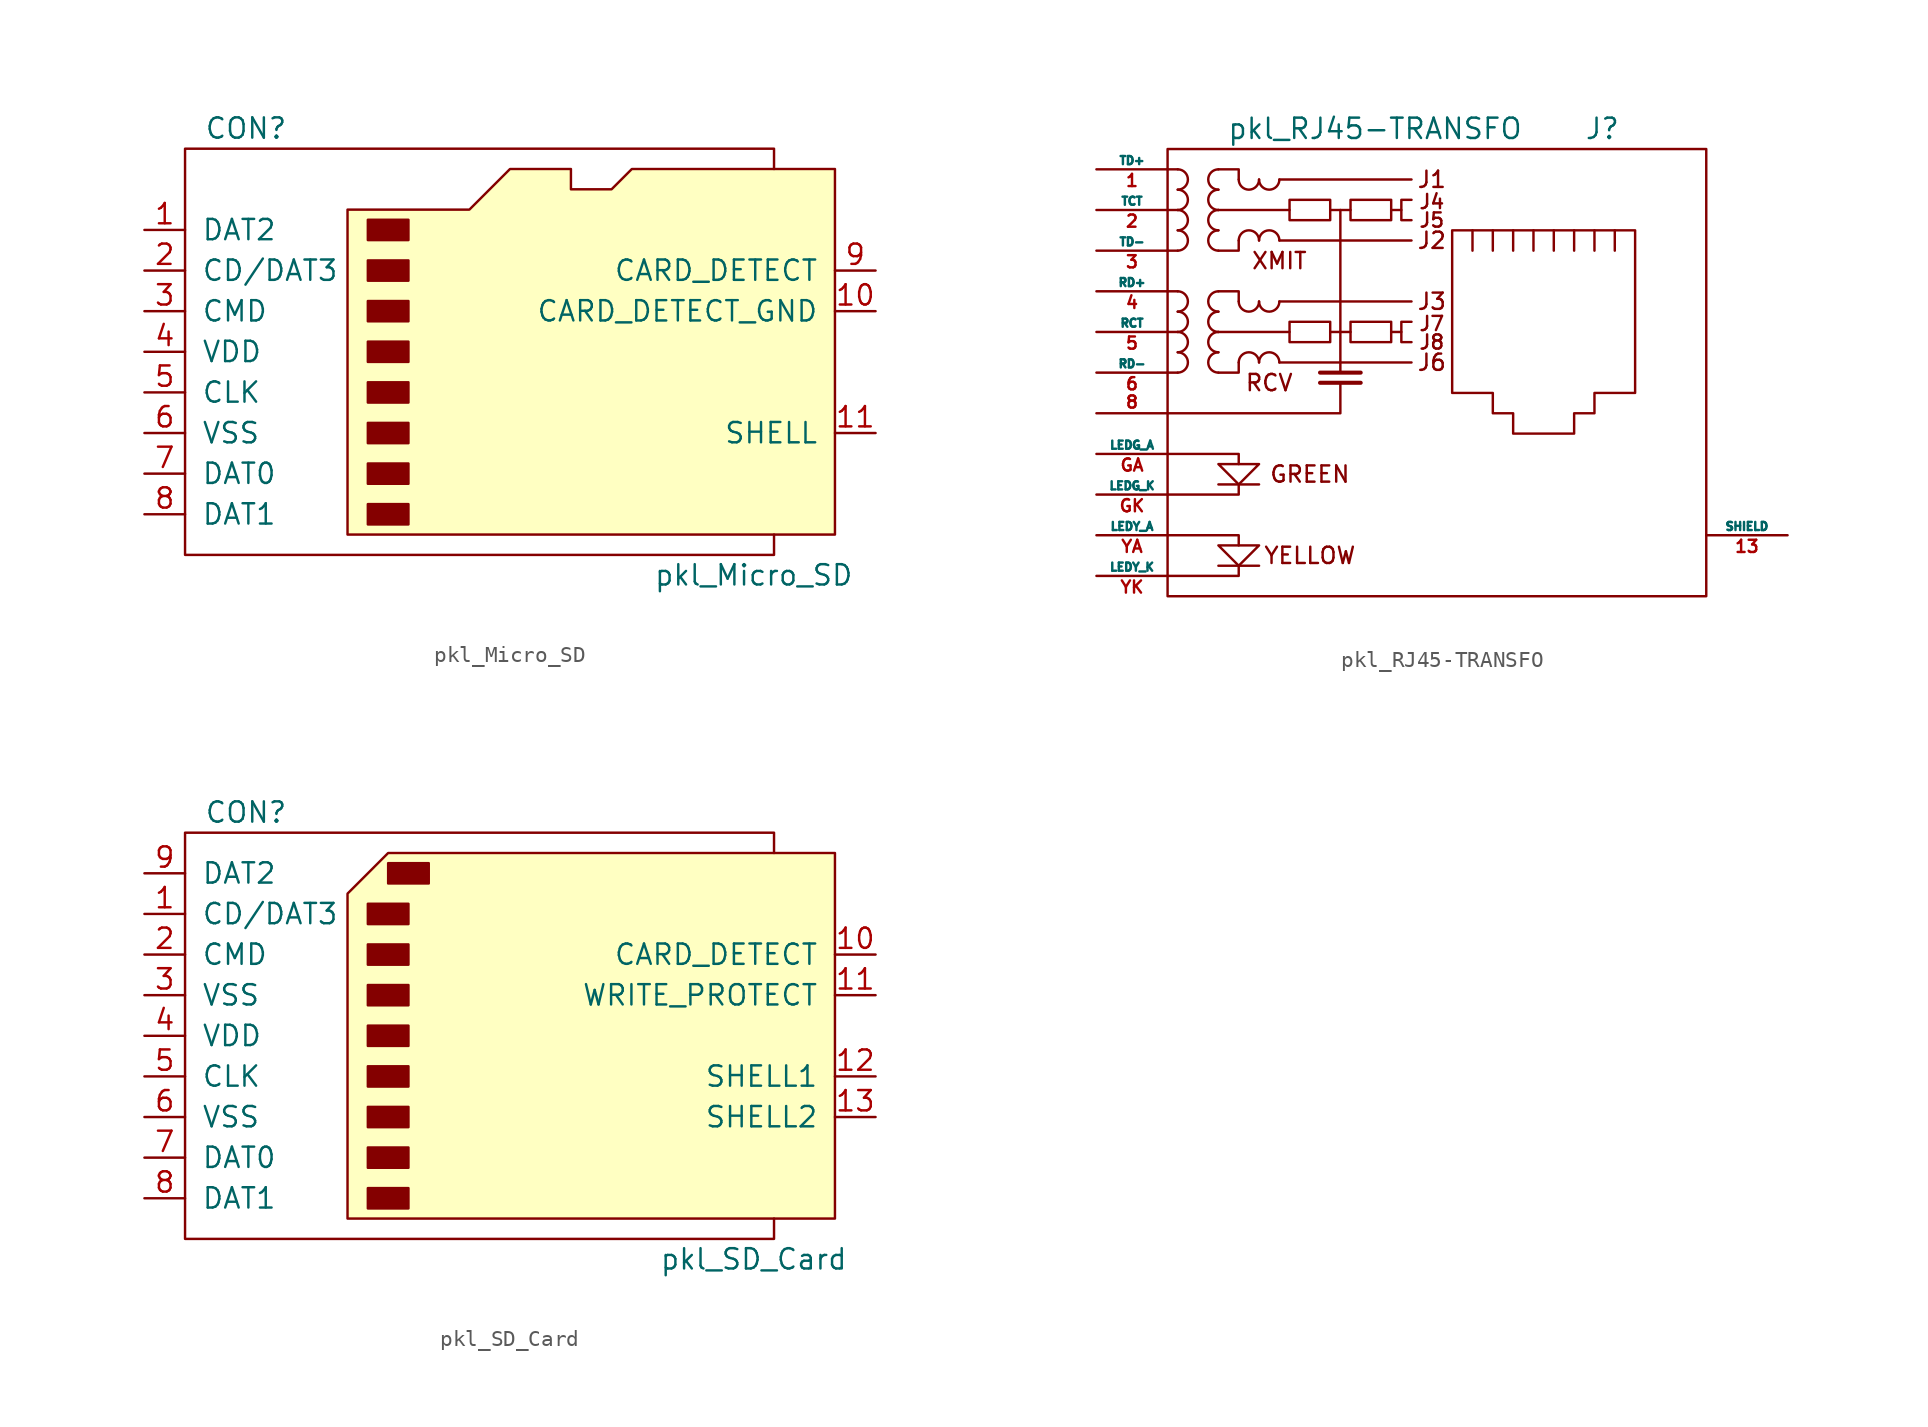
<source format=kicad_sym>
(kicad_symbol_lib
  (version 20211014)
  (generator kicad_symbol_editor)
  (symbol "pkl_Micro_SD"
    (pin_names
      (offset 1.016))
    (property "Reference" "CON"
      (at -16.51 13.97 0)
      (effects (font (size 1.27 1.27))))
    (property "Value" "pkl_Micro_SD"
      (at 15.24 -13.97 0)
      (effects (font (size 1.27 1.27))))
    (symbol "pkl_Micro_SD_0_1"
      (rectangle (start -8.89 -9.525) (end -6.35 -10.795) (stroke (width 0) (type default) (color 0 0 0 0)) (fill (type outline)))
      (rectangle (start -8.89 -6.985) (end -6.35 -8.255) (stroke (width 0) (type default) (color 0 0 0 0)) (fill (type outline)))
      (rectangle (start -8.89 -4.445) (end -6.35 -5.715) (stroke (width 0) (type default) (color 0 0 0 0)) (fill (type outline)))
      (rectangle (start -8.89 -1.905) (end -6.35 -3.175) (stroke (width 0) (type default) (color 0 0 0 0)) (fill (type outline)))
      (rectangle (start -8.89 0.635) (end -6.35 -0.635) (stroke (width 0) (type default) (color 0 0 0 0)) (fill (type outline)))
      (rectangle (start -8.89 3.175) (end -6.35 1.905) (stroke (width 0) (type default) (color 0 0 0 0)) (fill (type outline)))
      (rectangle (start -8.89 5.715) (end -6.35 4.445) (stroke (width 0) (type default) (color 0 0 0 0)) (fill (type outline)))
      (rectangle (start -8.89 8.255) (end -6.35 6.985) (stroke (width 0) (type default) (color 0 0 0 0)) (fill (type outline)))
      (polyline (pts (xy 16.51 11.43) (xy 16.51 12.7) (xy -20.32 12.7) (xy -20.32 -12.7) (xy 16.51 -12.7) (xy 16.51 -11.43)) (stroke (width 0) (type default) (color 0 0 0 0)) (fill (type none)))
      (polyline (pts (xy -10.16 8.89) (xy -2.54 8.89) (xy 0 11.43) (xy 3.81 11.43) (xy 3.81 10.16) (xy 6.35 10.16) (xy 7.62 11.43) (xy 20.32 11.43) (xy 20.32 -11.43) (xy -10.16 -11.43) (xy -10.16 8.89)) (stroke (width 0) (type default) (color 0 0 0 0)) (fill (type background))))
    (symbol "pkl_Micro_SD_1_1"
      (pin input line (at -22.86 7.62 0) (length 2.54) (name "DAT2" (effects (font (size 1.27 1.27)))) (number "1" (effects (font (size 1.27 1.27)))))
      (pin input line (at 22.86 2.54 180) (length 2.54) (name "CARD_DETECT_GND" (effects (font (size 1.27 1.27)))) (number "10" (effects (font (size 1.27 1.27)))))
      (pin input line (at 22.86 -5.08 180) (length 2.54) (name "SHELL" (effects (font (size 1.27 1.27)))) (number "11" (effects (font (size 1.27 1.27)))))
      (pin input line (at -22.86 5.08 0) (length 2.54) (name "CD/DAT3" (effects (font (size 1.27 1.27)))) (number "2" (effects (font (size 1.27 1.27)))))
      (pin input line (at -22.86 2.54 0) (length 2.54) (name "CMD" (effects (font (size 1.27 1.27)))) (number "3" (effects (font (size 1.27 1.27)))))
      (pin input line (at -22.86 0 0) (length 2.54) (name "VDD" (effects (font (size 1.27 1.27)))) (number "4" (effects (font (size 1.27 1.27)))))
      (pin input line (at -22.86 -2.54 0) (length 2.54) (name "CLK" (effects (font (size 1.27 1.27)))) (number "5" (effects (font (size 1.27 1.27)))))
      (pin input line (at -22.86 -5.08 0) (length 2.54) (name "VSS" (effects (font (size 1.27 1.27)))) (number "6" (effects (font (size 1.27 1.27)))))
      (pin input line (at -22.86 -7.62 0) (length 2.54) (name "DAT0" (effects (font (size 1.27 1.27)))) (number "7" (effects (font (size 1.27 1.27)))))
      (pin input line (at -22.86 -10.16 0) (length 2.54) (name "DAT1" (effects (font (size 1.27 1.27)))) (number "8" (effects (font (size 1.27 1.27)))))
      (pin input line (at 22.86 5.08 180) (length 2.54) (name "CARD_DETECT" (effects (font (size 1.27 1.27)))) (number "9" (effects (font (size 1.27 1.27)))))))
  (symbol "pkl_RJ45-TRANSFO"
    (pin_names
      (offset 0))
    (property "Reference" "J"
      (at 2.54 15.24 0)
      (effects (font (size 1.27 1.27)) (justify left)))
    (property "Value" "pkl_RJ45-TRANSFO"
      (at -1.27 15.24 0)
      (effects (font (size 1.27 1.27)) (justify right)))
    (symbol "pkl_RJ45-TRANSFO_0_0"
      (polyline (pts (xy -17.78 -12.065) (xy -20.32 -12.065) (xy -20.32 -12.065)) (stroke (width 0) (type default) (color 0 0 0 0)) (fill (type none)))
      (polyline (pts (xy -17.78 -6.985) (xy -20.32 -6.985) (xy -20.32 -6.985)) (stroke (width 0) (type default) (color 0 0 0 0)) (fill (type none)))
      (polyline (pts (xy -12.7 2.54) (xy -12.7 0) (xy -12.7 0)) (stroke (width 0) (type default) (color 0 0 0 0)) (fill (type none)))
      (polyline (pts (xy -12.7 10.16) (xy -12.7 2.54) (xy -12.7 2.54)) (stroke (width 0) (type default) (color 0 0 0 0)) (fill (type none)))
      (polyline (pts (xy -11.43 -0.635) (xy -13.97 -0.635) (xy -13.97 -0.635)) (stroke (width 0.254) (type default) (color 0 0 0 0)) (fill (type none)))
      (polyline (pts (xy -8.89 2.54) (xy -9.525 2.54) (xy -9.525 2.54)) (stroke (width 0) (type default) (color 0 0 0 0)) (fill (type none)))
      (polyline (pts (xy -8.89 10.16) (xy -9.525 10.16) (xy -9.525 10.16)) (stroke (width 0) (type default) (color 0 0 0 0)) (fill (type none)))
      (polyline (pts (xy -23.495 -12.7) (xy -19.05 -12.7) (xy -19.05 -12.065) (xy -19.05 -12.065)) (stroke (width 0) (type default) (color 0 0 0 0)) (fill (type none)))
      (polyline (pts (xy -23.495 -10.16) (xy -19.05 -10.16) (xy -19.05 -10.795) (xy -19.05 -10.795)) (stroke (width 0) (type default) (color 0 0 0 0)) (fill (type none)))
      (polyline (pts (xy -23.495 -5.08) (xy -19.05 -5.08) (xy -19.05 -5.715) (xy -19.05 -5.715)) (stroke (width 0) (type default) (color 0 0 0 0)) (fill (type none)))
      (polyline (pts (xy -19.05 -6.985) (xy -19.05 -7.62) (xy -23.495 -7.62) (xy -22.86 -7.62)) (stroke (width 0) (type default) (color 0 0 0 0)) (fill (type none)))
      (polyline (pts (xy -12.7 -0.635) (xy -12.7 -2.54) (xy -23.495 -2.54) (xy -22.225 -2.54)) (stroke (width 0) (type default) (color 0 0 0 0)) (fill (type none)))
      (polyline (pts (xy -11.43 0) (xy -13.335 0) (xy -13.97 0) (xy -13.97 0)) (stroke (width 0.254) (type default) (color 0 0 0 0)) (fill (type none)))
      (polyline (pts (xy -20.32 -5.715) (xy -17.78 -5.715) (xy -19.05 -6.985) (xy -20.32 -5.715) (xy -20.32 -5.715)) (stroke (width 0) (type default) (color 0 0 0 0)) (fill (type none)))
      (polyline (pts (xy -17.78 -10.795) (xy -20.32 -10.795) (xy -19.05 -12.065) (xy -17.78 -10.795) (xy -17.78 -10.795)) (stroke (width 0) (type default) (color 0 0 0 0)) (fill (type none)))
      (polyline (pts (xy -8.255 3.175) (xy -8.89 3.175) (xy -8.89 1.905) (xy -8.255 1.905) (xy -8.255 1.905)) (stroke (width 0) (type default) (color 0 0 0 0)) (fill (type none)))
      (polyline (pts (xy -8.255 10.795) (xy -8.89 10.795) (xy -8.89 9.525) (xy -8.255 9.525) (xy -8.255 9.525)) (stroke (width 0) (type default) (color 0 0 0 0)) (fill (type none)))
      (text "GREEN" (at -14.605 -6.35 0) (effects (font (size 1.016 1.016))))
      (text "J1" (at -6.985 12.065 0) (effects (font (size 1.016 1.016))))
      (text "J2" (at -6.985 8.255 0) (effects (font (size 1.016 1.016))))
      (text "J3" (at -6.985 4.445 0) (effects (font (size 1.016 1.016))))
      (text "J4" (at -6.985 10.16 0) (effects (font (size 0.889 0.889)) (justify bottom)))
      (text "J5" (at -6.985 9.525 0) (effects (font (size 0.889 0.889))))
      (text "J6" (at -6.985 0.635 0) (effects (font (size 1.016 1.016))))
      (text "J7" (at -6.985 2.54 0) (effects (font (size 0.889 0.889)) (justify bottom)))
      (text "J8" (at -6.985 1.905 0) (effects (font (size 0.889 0.889))))
      (text "RCV" (at -17.145 -0.635 0) (effects (font (size 1.016 1.016))))
      (text "XMIT" (at -16.51 6.985 0) (effects (font (size 1.016 1.016))))
      (text "YELLOW" (at -14.605 -11.43 0) (effects (font (size 1.016 1.016)))))
    (symbol "pkl_RJ45-TRANSFO_0_1"
      (rectangle (start -23.495 -13.97) (end 10.16 13.97) (stroke (width 0) (type default) (color 0 0 0 0)) (fill (type none)))
      (arc (start -22.86 0) (mid -22.225 0.635) (end -22.86 1.27) (stroke (width 0) (type default) (color 0 0 0 0)) (fill (type none)))
      (arc (start -22.86 1.27) (mid -22.225 1.905) (end -22.86 2.54) (stroke (width 0) (type default) (color 0 0 0 0)) (fill (type none)))
      (arc (start -22.86 2.54) (mid -22.225 3.175) (end -22.86 3.81) (stroke (width 0) (type default) (color 0 0 0 0)) (fill (type none)))
      (arc (start -22.86 3.81) (mid -22.225 4.445) (end -22.86 5.08) (stroke (width 0) (type default) (color 0 0 0 0)) (fill (type none)))
      (arc (start -22.86 7.62) (mid -22.225 8.255) (end -22.86 8.89) (stroke (width 0) (type default) (color 0 0 0 0)) (fill (type none)))
      (arc (start -22.86 8.89) (mid -22.225 9.525) (end -22.86 10.16) (stroke (width 0) (type default) (color 0 0 0 0)) (fill (type none)))
      (arc (start -22.86 10.16) (mid -22.225 10.795) (end -22.86 11.43) (stroke (width 0) (type default) (color 0 0 0 0)) (fill (type none)))
      (arc (start -22.86 11.43) (mid -22.225 12.065) (end -22.86 12.7) (stroke (width 0) (type default) (color 0 0 0 0)) (fill (type none)))
      (arc (start -20.32 1.27) (mid -20.955 0.635) (end -20.32 0) (stroke (width 0) (type default) (color 0 0 0 0)) (fill (type none)))
      (arc (start -20.32 2.54) (mid -20.955 1.905) (end -20.32 1.27) (stroke (width 0) (type default) (color 0 0 0 0)) (fill (type none)))
      (arc (start -20.32 3.81) (mid -20.955 3.175) (end -20.32 2.54) (stroke (width 0) (type default) (color 0 0 0 0)) (fill (type none)))
      (arc (start -20.32 5.08) (mid -20.955 4.445) (end -20.32 3.81) (stroke (width 0) (type default) (color 0 0 0 0)) (fill (type none)))
      (arc (start -20.32 8.89) (mid -20.955 8.255) (end -20.32 7.62) (stroke (width 0) (type default) (color 0 0 0 0)) (fill (type none)))
      (arc (start -20.32 10.16) (mid -20.955 9.525) (end -20.32 8.89) (stroke (width 0) (type default) (color 0 0 0 0)) (fill (type none)))
      (arc (start -20.32 11.43) (mid -20.955 10.795) (end -20.32 10.16) (stroke (width 0) (type default) (color 0 0 0 0)) (fill (type none)))
      (arc (start -20.32 12.7) (mid -20.955 12.065) (end -20.32 11.43) (stroke (width 0) (type default) (color 0 0 0 0)) (fill (type none)))
      (arc (start -19.05 4.445) (mid -18.415 3.81) (end -17.78 4.445) (stroke (width 0) (type default) (color 0 0 0 0)) (fill (type none)))
      (arc (start -19.05 12.065) (mid -18.415 11.43) (end -17.78 12.065) (stroke (width 0) (type default) (color 0 0 0 0)) (fill (type none)))
      (arc (start -17.78 0.635) (mid -18.415 1.27) (end -19.05 0.635) (stroke (width 0) (type default) (color 0 0 0 0)) (fill (type none)))
      (arc (start -17.78 4.445) (mid -17.145 3.81) (end -16.51 4.445) (stroke (width 0) (type default) (color 0 0 0 0)) (fill (type none)))
      (arc (start -17.78 8.255) (mid -18.415 8.89) (end -19.05 8.255) (stroke (width 0) (type default) (color 0 0 0 0)) (fill (type none)))
      (arc (start -17.78 12.065) (mid -17.145 11.43) (end -16.51 12.065) (stroke (width 0) (type default) (color 0 0 0 0)) (fill (type none)))
      (arc (start -16.51 0.635) (mid -17.145 1.27) (end -17.78 0.635) (stroke (width 0) (type default) (color 0 0 0 0)) (fill (type none)))
      (arc (start -16.51 8.255) (mid -17.145 8.89) (end -17.78 8.255) (stroke (width 0) (type default) (color 0 0 0 0)) (fill (type none)))
      (rectangle (start -15.875 3.175) (end -13.335 1.905) (stroke (width 0) (type default) (color 0 0 0 0)) (fill (type none)))
      (rectangle (start -15.875 10.795) (end -13.335 9.525) (stroke (width 0) (type default) (color 0 0 0 0)) (fill (type none)))
      (rectangle (start -12.065 3.175) (end -9.525 1.905) (stroke (width 0) (type default) (color 0 0 0 0)) (fill (type none)))
      (rectangle (start -12.065 10.795) (end -9.525 9.525) (stroke (width 0) (type default) (color 0 0 0 0)) (fill (type none)))
      (polyline (pts (xy -22.86 0) (xy -23.495 0) (xy -23.495 0)) (stroke (width 0) (type default) (color 0 0 0 0)) (fill (type none)))
      (polyline (pts (xy -22.86 2.54) (xy -23.495 2.54) (xy -23.495 2.54)) (stroke (width 0) (type default) (color 0 0 0 0)) (fill (type none)))
      (polyline (pts (xy -22.86 5.08) (xy -23.495 5.08) (xy -23.495 5.08)) (stroke (width 0) (type default) (color 0 0 0 0)) (fill (type none)))
      (polyline (pts (xy -22.86 7.62) (xy -23.495 7.62) (xy -23.495 7.62)) (stroke (width 0) (type default) (color 0 0 0 0)) (fill (type none)))
      (polyline (pts (xy -22.86 10.16) (xy -23.495 10.16) (xy -23.495 10.16)) (stroke (width 0) (type default) (color 0 0 0 0)) (fill (type none)))
      (polyline (pts (xy -16.51 0.635) (xy -8.255 0.635) (xy -8.255 0.635)) (stroke (width 0) (type default) (color 0 0 0 0)) (fill (type none)))
      (polyline (pts (xy -16.51 4.445) (xy -8.255 4.445) (xy -8.255 4.445)) (stroke (width 0) (type default) (color 0 0 0 0)) (fill (type none)))
      (polyline (pts (xy -16.51 8.255) (xy -8.255 8.255) (xy -8.255 8.255)) (stroke (width 0) (type default) (color 0 0 0 0)) (fill (type none)))
      (polyline (pts (xy -16.51 12.065) (xy -8.255 12.065) (xy -8.255 12.065)) (stroke (width 0) (type default) (color 0 0 0 0)) (fill (type none)))
      (polyline (pts (xy -13.335 2.54) (xy -12.065 2.54) (xy -12.065 2.54)) (stroke (width 0) (type default) (color 0 0 0 0)) (fill (type none)))
      (polyline (pts (xy -13.335 10.16) (xy -12.065 10.16) (xy -12.065 10.16)) (stroke (width 0) (type default) (color 0 0 0 0)) (fill (type none)))
      (polyline (pts (xy -4.445 7.62) (xy -4.445 8.89) (xy -4.445 8.89)) (stroke (width 0) (type default) (color 0 0 0 0)) (fill (type none)))
      (polyline (pts (xy -3.175 8.89) (xy -3.175 7.62) (xy -3.175 7.62)) (stroke (width 0) (type default) (color 0 0 0 0)) (fill (type none)))
      (polyline (pts (xy -1.905 8.89) (xy -1.905 7.62) (xy -1.905 7.62)) (stroke (width 0) (type default) (color 0 0 0 0)) (fill (type none)))
      (polyline (pts (xy -0.635 8.89) (xy -0.635 7.62) (xy -0.635 7.62)) (stroke (width 0) (type default) (color 0 0 0 0)) (fill (type none)))
      (polyline (pts (xy 0.635 8.89) (xy 0.635 7.62) (xy 0.635 7.62)) (stroke (width 0) (type default) (color 0 0 0 0)) (fill (type none)))
      (polyline (pts (xy 1.905 8.89) (xy 1.905 7.62) (xy 1.905 7.62)) (stroke (width 0) (type default) (color 0 0 0 0)) (fill (type none)))
      (polyline (pts (xy 3.175 7.62) (xy 3.175 8.89) (xy 3.175 8.89)) (stroke (width 0) (type default) (color 0 0 0 0)) (fill (type none)))
      (polyline (pts (xy 4.445 7.62) (xy 4.445 8.89) (xy 4.445 8.89)) (stroke (width 0) (type default) (color 0 0 0 0)) (fill (type none)))
      (polyline (pts (xy -22.86 12.7) (xy -23.495 12.7) (xy -23.495 12.7) (xy -23.495 12.7)) (stroke (width 0) (type default) (color 0 0 0 0)) (fill (type none)))
      (polyline (pts (xy -19.05 0.635) (xy -19.05 0) (xy -20.32 0) (xy -20.32 0)) (stroke (width 0) (type default) (color 0 0 0 0)) (fill (type none)))
      (polyline (pts (xy -19.05 8.255) (xy -19.05 7.62) (xy -20.32 7.62) (xy -20.32 7.62)) (stroke (width 0) (type default) (color 0 0 0 0)) (fill (type none)))
      (polyline (pts (xy -15.875 2.54) (xy -20.32 2.54) (xy -20.32 2.54) (xy -20.32 2.54)) (stroke (width 0) (type default) (color 0 0 0 0)) (fill (type none)))
      (polyline (pts (xy -15.875 10.16) (xy -20.32 10.16) (xy -20.32 10.16) (xy -20.32 10.16)) (stroke (width 0) (type default) (color 0 0 0 0)) (fill (type none)))
      (polyline (pts (xy -20.32 5.08) (xy -19.05 5.08) (xy -19.05 4.445) (xy -19.05 4.445) (xy -19.05 4.445) (xy -19.05 4.445)) (stroke (width 0) (type default) (color 0 0 0 0)) (fill (type none)))
      (polyline (pts (xy -20.32 12.7) (xy -19.05 12.7) (xy -19.05 12.065) (xy -19.05 12.065) (xy -19.05 12.065) (xy -19.05 12.065)) (stroke (width 0) (type default) (color 0 0 0 0)) (fill (type none)))
      (polyline (pts (xy -5.715 8.89) (xy 5.715 8.89) (xy 5.715 -1.27) (xy 3.175 -1.27) (xy 3.175 -2.54) (xy 1.905 -2.54) (xy 1.905 -3.81) (xy -1.905 -3.81) (xy -1.905 -2.54) (xy -3.175 -2.54) (xy -3.175 -1.27) (xy -5.715 -1.27) (xy -5.715 8.89) (xy -5.715 8.89)) (stroke (width 0) (type default) (color 0 0 0 0)) (fill (type none))))
    (symbol "pkl_RJ45-TRANSFO_1_1"
      (pin passive line (at -27.94 12.7 0) (length 4.445) (name "TD+" (effects (font (size 0.508 0.508)))) (number "1" (effects (font (size 0.762 0.762)))))
      (pin passive line (at 15.24 -10.16 180) (length 5.08) (name "SHIELD" (effects (font (size 0.508 0.508)))) (number "13" (effects (font (size 0.762 0.762)))))
      (pin passive line (at -27.94 10.16 0) (length 4.445) (name "TCT" (effects (font (size 0.508 0.508)))) (number "2" (effects (font (size 0.762 0.762)))))
      (pin passive line (at -27.94 7.62 0) (length 4.445) (name "TD-" (effects (font (size 0.508 0.508)))) (number "3" (effects (font (size 0.762 0.762)))))
      (pin passive line (at -27.94 5.08 0) (length 4.445) (name "RD+" (effects (font (size 0.508 0.508)))) (number "4" (effects (font (size 0.762 0.762)))))
      (pin passive line (at -27.94 2.54 0) (length 4.445) (name "RCT" (effects (font (size 0.508 0.508)))) (number "5" (effects (font (size 0.762 0.762)))))
      (pin passive line (at -27.94 0 0) (length 4.445) (name "RD-" (effects (font (size 0.508 0.508)))) (number "6" (effects (font (size 0.762 0.762)))))
      (pin passive line (at -27.94 -2.54 0) (length 4.445) (name "~" (effects (font (size 0.508 0.508)))) (number "8" (effects (font (size 0.762 0.762)))))
      (pin passive line (at -27.94 -5.08 0) (length 4.445) (name "LEDG_A" (effects (font (size 0.508 0.508)))) (number "GA" (effects (font (size 0.762 0.762)))))
      (pin passive line (at -27.94 -7.62 0) (length 4.445) (name "LEDG_K" (effects (font (size 0.508 0.508)))) (number "GK" (effects (font (size 0.762 0.762)))))
      (pin passive line (at -27.94 -10.16 0) (length 4.445) (name "LEDY_A" (effects (font (size 0.508 0.508)))) (number "YA" (effects (font (size 0.762 0.762)))))
      (pin passive line (at -27.94 -12.7 0) (length 4.445) (name "LEDY_K" (effects (font (size 0.508 0.508)))) (number "YK" (effects (font (size 0.762 0.762)))))))
  (symbol "pkl_SD_Card"
    (pin_names
      (offset 1.016))
    (property "Reference" "CON"
      (at -16.51 13.97 0)
      (effects (font (size 1.27 1.27))))
    (property "Value" "pkl_SD_Card"
      (at 15.24 -13.97 0)
      (effects (font (size 1.27 1.27))))
    (symbol "pkl_SD_Card_0_1"
      (rectangle (start -8.89 -9.525) (end -6.35 -10.795) (stroke (width 0) (type default) (color 0 0 0 0)) (fill (type outline)))
      (rectangle (start -8.89 -6.985) (end -6.35 -8.255) (stroke (width 0) (type default) (color 0 0 0 0)) (fill (type outline)))
      (rectangle (start -8.89 -4.445) (end -6.35 -5.715) (stroke (width 0) (type default) (color 0 0 0 0)) (fill (type outline)))
      (rectangle (start -8.89 -1.905) (end -6.35 -3.175) (stroke (width 0) (type default) (color 0 0 0 0)) (fill (type outline)))
      (rectangle (start -8.89 0.635) (end -6.35 -0.635) (stroke (width 0) (type default) (color 0 0 0 0)) (fill (type outline)))
      (rectangle (start -8.89 3.175) (end -6.35 1.905) (stroke (width 0) (type default) (color 0 0 0 0)) (fill (type outline)))
      (rectangle (start -8.89 5.715) (end -6.35 4.445) (stroke (width 0) (type default) (color 0 0 0 0)) (fill (type outline)))
      (rectangle (start -8.89 8.255) (end -6.35 6.985) (stroke (width 0) (type default) (color 0 0 0 0)) (fill (type outline)))
      (rectangle (start -7.62 10.795) (end -5.08 9.525) (stroke (width 0) (type default) (color 0 0 0 0)) (fill (type outline)))
      (polyline (pts (xy -10.16 8.89) (xy -7.62 11.43) (xy 20.32 11.43) (xy 20.32 -11.43) (xy -10.16 -11.43) (xy -10.16 8.89)) (stroke (width 0) (type default) (color 0 0 0 0)) (fill (type background)))
      (polyline (pts (xy 16.51 11.43) (xy 16.51 12.7) (xy -20.32 12.7) (xy -20.32 -12.7) (xy 16.51 -12.7) (xy 16.51 -11.43)) (stroke (width 0) (type default) (color 0 0 0 0)) (fill (type none))))
    (symbol "pkl_SD_Card_1_1"
      (pin input line (at -22.86 7.62 0) (length 2.54) (name "CD/DAT3" (effects (font (size 1.27 1.27)))) (number "1" (effects (font (size 1.27 1.27)))))
      (pin input line (at 22.86 5.08 180) (length 2.54) (name "CARD_DETECT" (effects (font (size 1.27 1.27)))) (number "10" (effects (font (size 1.27 1.27)))))
      (pin input line (at 22.86 2.54 180) (length 2.54) (name "WRITE_PROTECT" (effects (font (size 1.27 1.27)))) (number "11" (effects (font (size 1.27 1.27)))))
      (pin input line (at 22.86 -2.54 180) (length 2.54) (name "SHELL1" (effects (font (size 1.27 1.27)))) (number "12" (effects (font (size 1.27 1.27)))))
      (pin input line (at 22.86 -5.08 180) (length 2.54) (name "SHELL2" (effects (font (size 1.27 1.27)))) (number "13" (effects (font (size 1.27 1.27)))))
      (pin input line (at -22.86 5.08 0) (length 2.54) (name "CMD" (effects (font (size 1.27 1.27)))) (number "2" (effects (font (size 1.27 1.27)))))
      (pin input line (at -22.86 2.54 0) (length 2.54) (name "VSS" (effects (font (size 1.27 1.27)))) (number "3" (effects (font (size 1.27 1.27)))))
      (pin input line (at -22.86 0 0) (length 2.54) (name "VDD" (effects (font (size 1.27 1.27)))) (number "4" (effects (font (size 1.27 1.27)))))
      (pin input line (at -22.86 -2.54 0) (length 2.54) (name "CLK" (effects (font (size 1.27 1.27)))) (number "5" (effects (font (size 1.27 1.27)))))
      (pin input line (at -22.86 -5.08 0) (length 2.54) (name "VSS" (effects (font (size 1.27 1.27)))) (number "6" (effects (font (size 1.27 1.27)))))
      (pin input line (at -22.86 -7.62 0) (length 2.54) (name "DAT0" (effects (font (size 1.27 1.27)))) (number "7" (effects (font (size 1.27 1.27)))))
      (pin input line (at -22.86 -10.16 0) (length 2.54) (name "DAT1" (effects (font (size 1.27 1.27)))) (number "8" (effects (font (size 1.27 1.27)))))
      (pin input line (at -22.86 10.16 0) (length 2.54) (name "DAT2" (effects (font (size 1.27 1.27)))) (number "9" (effects (font (size 1.27 1.27))))))))
</source>
